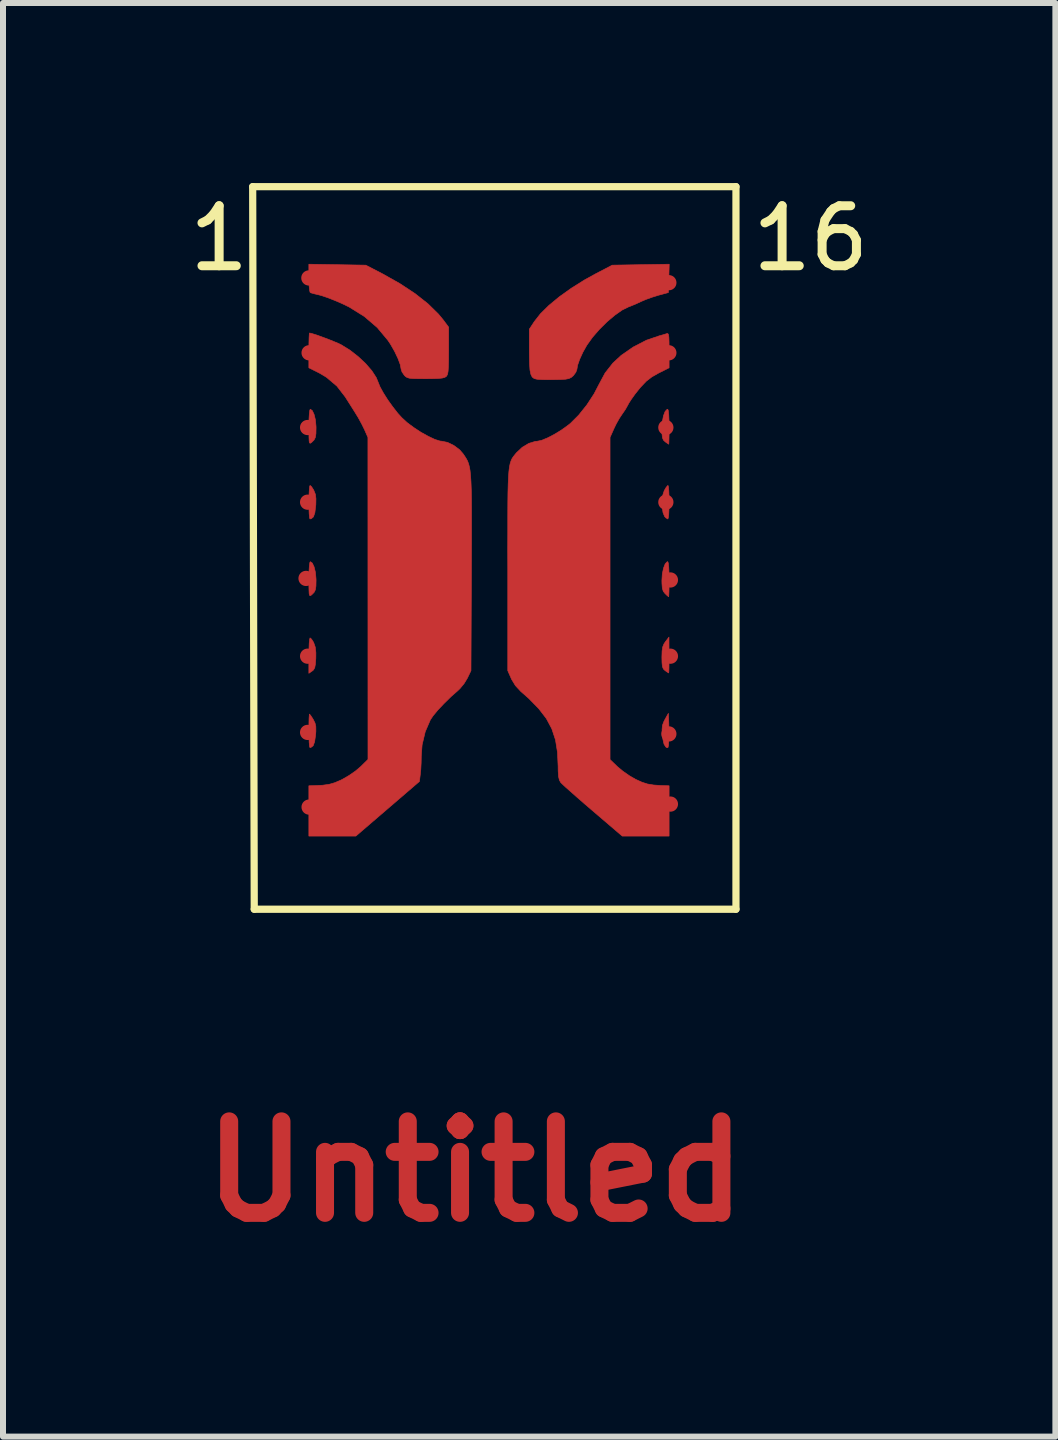
<source format=kicad_pcb>
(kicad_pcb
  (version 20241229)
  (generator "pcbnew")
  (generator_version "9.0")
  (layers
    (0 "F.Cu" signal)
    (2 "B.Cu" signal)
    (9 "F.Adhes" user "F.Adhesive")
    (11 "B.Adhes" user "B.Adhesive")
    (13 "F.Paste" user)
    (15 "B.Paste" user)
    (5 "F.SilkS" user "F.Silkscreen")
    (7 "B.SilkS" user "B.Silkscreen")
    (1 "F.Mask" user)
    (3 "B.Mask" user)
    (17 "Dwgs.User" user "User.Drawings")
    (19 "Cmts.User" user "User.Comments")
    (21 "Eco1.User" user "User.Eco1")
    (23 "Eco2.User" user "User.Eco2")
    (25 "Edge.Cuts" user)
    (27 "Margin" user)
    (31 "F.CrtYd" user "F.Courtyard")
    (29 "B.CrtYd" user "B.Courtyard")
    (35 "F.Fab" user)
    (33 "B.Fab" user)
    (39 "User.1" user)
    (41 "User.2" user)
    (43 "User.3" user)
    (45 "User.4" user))
  (footprint "Untitled"
    (layer "F.Cu")
    (at 2.1 10.88)
    (property "Reference" "Untitled" (at 2.769 5.588 0) (layer "F.Cu") (effects (font (size 1.524 1.524) (thickness 0.3))))
    (attr through_hole)
    (fp_poly (pts (xy 0.04 -3.282) (xy 0.072 -3.232) (xy 0.078 -3.219) (xy 0.103 -3.147) (xy 0.113 -3.054) (xy 0.112 -2.962) (xy 0.105 -2.865) (xy 0.094 -2.805) (xy 0.073 -2.768) (xy 0.05 -2.749) (xy -0.004 -2.712) (xy -0.004 -3.007) (xy -0.002 -3.122) (xy 0.002 -3.217) (xy 0.009 -3.28) (xy 0.016 -3.302) (xy 0.04 -3.282)) (stroke (width 0.01) (type solid)) (fill yes) (layer "F.Cu"))
    (fp_poly (pts (xy 5.993 -1.885) (xy 5.996 -1.77) (xy 5.995 -1.651) (xy 5.993 -1.588) (xy 5.988 -1.511) (xy 5.979 -1.475) (xy 5.963 -1.472) (xy 5.943 -1.485) (xy 5.914 -1.53) (xy 5.894 -1.615) (xy 5.887 -1.68) (xy 5.881 -1.776) (xy 5.887 -1.844) (xy 5.909 -1.904) (xy 5.929 -1.943) (xy 5.986 -2.045) (xy 5.993 -1.885)) (stroke (width 0.01) (type solid)) (fill yes) (layer "F.Cu"))
    (fp_poly (pts (xy 5.997 -3.016) (xy 5.997 -2.9) (xy 5.996 -2.805) (xy 5.994 -2.741) (xy 5.991 -2.718) (xy 5.969 -2.731) (xy 5.931 -2.757) (xy 5.903 -2.784) (xy 5.887 -2.822) (xy 5.88 -2.885) (xy 5.878 -2.98) (xy 5.881 -3.082) (xy 5.891 -3.15) (xy 5.912 -3.201) (xy 5.937 -3.239) (xy 5.996 -3.315) (xy 5.997 -3.016)) (stroke (width 0.01) (type solid)) (fill yes) (layer "F.Cu"))
    (fp_poly (pts (xy 5.987 -5.818) (xy 5.993 -5.754) (xy 5.997 -5.66) (xy 5.998 -5.563) (xy 5.996 -5.45) (xy 5.992 -5.36) (xy 5.984 -5.301) (xy 5.977 -5.283) (xy 5.946 -5.301) (xy 5.924 -5.323) (xy 5.897 -5.388) (xy 5.883 -5.482) (xy 5.882 -5.589) (xy 5.895 -5.689) (xy 5.917 -5.755) (xy 5.949 -5.81) (xy 5.975 -5.84) (xy 5.98 -5.842) (xy 5.987 -5.818)) (stroke (width 0.01) (type solid)) (fill yes) (layer "F.Cu"))
    (fp_poly (pts (xy 0.024 -2.013) (xy 0.056 -1.964) (xy 0.07 -1.941) (xy 0.099 -1.883) (xy 0.112 -1.825) (xy 0.113 -1.749) (xy 0.108 -1.682) (xy 0.092 -1.571) (xy 0.067 -1.504) (xy 0.029 -1.476) (xy 0.014 -1.474) (xy 0.007 -1.497) (xy 0.001 -1.561) (xy -0.003 -1.656) (xy -0.004 -1.753) (xy -0.003 -1.865) (xy -0.001 -1.956) (xy 0.003 -2.015) (xy 0.006 -2.032) (xy 0.024 -2.013)) (stroke (width 0.01) (type solid)) (fill yes) (layer "F.Cu"))
    (fp_poly (pts (xy 0.04 -5.822) (xy 0.072 -5.772) (xy 0.08 -5.757) (xy 0.105 -5.694) (xy 0.114 -5.622) (xy 0.112 -5.521) (xy 0.11 -5.5) (xy 0.096 -5.387) (xy 0.072 -5.318) (xy 0.035 -5.287) (xy 0.014 -5.284) (xy 0.007 -5.307) (xy 0.001 -5.371) (xy -0.003 -5.466) (xy -0.004 -5.563) (xy -0.002 -5.675) (xy 0.003 -5.766) (xy 0.009 -5.825) (xy 0.016 -5.842) (xy 0.04 -5.822)) (stroke (width 0.01) (type solid)) (fill yes) (layer "F.Cu"))
    (fp_poly (pts (xy 5.985 -7.088) (xy 5.992 -7.02) (xy 5.997 -6.917) (xy 5.998 -6.82) (xy 5.998 -6.705) (xy 5.996 -6.612) (xy 5.994 -6.55) (xy 5.992 -6.529) (xy 5.97 -6.543) (xy 5.932 -6.57) (xy 5.903 -6.598) (xy 5.887 -6.637) (xy 5.88 -6.7) (xy 5.878 -6.786) (xy 5.885 -6.903) (xy 5.904 -7.002) (xy 5.932 -7.075) (xy 5.965 -7.11) (xy 5.975 -7.112) (xy 5.985 -7.088)) (stroke (width 0.01) (type solid)) (fill yes) (layer "F.Cu"))
    (fp_poly (pts (xy 5.985 -4.548) (xy 5.992 -4.48) (xy 5.997 -4.377) (xy 5.998 -4.28) (xy 5.998 -4.165) (xy 5.996 -4.071) (xy 5.993 -4.009) (xy 5.991 -3.988) (xy 5.97 -4.003) (xy 5.931 -4.04) (xy 5.901 -4.078) (xy 5.885 -4.129) (xy 5.879 -4.207) (xy 5.878 -4.257) (xy 5.885 -4.368) (xy 5.905 -4.464) (xy 5.933 -4.536) (xy 5.966 -4.57) (xy 5.975 -4.572) (xy 5.985 -4.548)) (stroke (width 0.01) (type solid)) (fill yes) (layer "F.Cu"))
    (fp_poly (pts (xy 0.053 -7.089) (xy 0.083 -7.026) (xy 0.105 -6.936) (xy 0.115 -6.83) (xy 0.116 -6.802) (xy 0.114 -6.705) (xy 0.104 -6.642) (xy 0.083 -6.6) (xy 0.045 -6.562) (xy 0.038 -6.556) (xy 0.02 -6.545) (xy 0.008 -6.55) (xy 0.001 -6.579) (xy -0.002 -6.64) (xy -0.004 -6.741) (xy -0.004 -6.817) (xy -0.002 -6.943) (xy 0.004 -7.039) (xy 0.012 -7.097) (xy 0.02 -7.112) (xy 0.053 -7.089)) (stroke (width 0.01) (type solid)) (fill yes) (layer "F.Cu"))
    (fp_poly (pts (xy 0.053 -4.549) (xy 0.083 -4.486) (xy 0.105 -4.396) (xy 0.115 -4.29) (xy 0.116 -4.262) (xy 0.114 -4.165) (xy 0.104 -4.102) (xy 0.083 -4.06) (xy 0.045 -4.022) (xy 0.038 -4.016) (xy 0.02 -4.005) (xy 0.008 -4.01) (xy 0.001 -4.039) (xy -0.002 -4.1) (xy -0.004 -4.201) (xy -0.004 -4.277) (xy -0.002 -4.403) (xy 0.004 -4.499) (xy 0.012 -4.557) (xy 0.02 -4.572) (xy 0.053 -4.549)) (stroke (width 0.01) (type solid)) (fill yes) (layer "F.Cu"))
    (fp_poly (pts (xy 0.47 -9.52) (xy 0.945 -9.512) (xy 1.221 -9.369) (xy 1.511 -9.206) (xy 1.766 -9.038) (xy 1.981 -8.868) (xy 2.154 -8.698) (xy 2.232 -8.604) (xy 2.325 -8.479) (xy 2.325 -8.089) (xy 2.324 -7.935) (xy 2.321 -7.823) (xy 2.316 -7.746) (xy 2.307 -7.697) (xy 2.293 -7.667) (xy 2.287 -7.66) (xy 2.262 -7.643) (xy 2.218 -7.631) (xy 2.149 -7.624) (xy 2.045 -7.621) (xy 1.943 -7.62) (xy 1.816 -7.621) (xy 1.728 -7.623) (xy 1.669 -7.629) (xy 1.631 -7.641) (xy 1.604 -7.659) (xy 1.585 -7.679) (xy 1.548 -7.733) (xy 1.533 -7.779) (xy 1.519 -7.855) (xy 1.481 -7.957) (xy 1.425 -8.075) (xy 1.357 -8.194) (xy 1.312 -8.261) (xy 1.135 -8.473) (xy 0.919 -8.658) (xy 0.667 -8.815) (xy 0.545 -8.874) (xy 0.428 -8.924) (xy 0.314 -8.969) (xy 0.217 -9.002) (xy 0.159 -9.018) (xy 0.086 -9.035) (xy 0.033 -9.05) (xy 0.018 -9.056) (xy 0.009 -9.087) (xy 0.001 -9.155) (xy -0.003 -9.25) (xy -0.004 -9.299) (xy -0.004 -9.528) (xy 0.47 -9.52)) (stroke (width 0.01) (type solid)) (fill yes) (layer "F.Cu"))
    (fp_poly (pts (xy 5.993 -9.292) (xy 5.986 -9.056) (xy 5.818 -9.01) (xy 5.712 -8.977) (xy 5.604 -8.938) (xy 5.53 -8.906) (xy 5.442 -8.865) (xy 5.355 -8.829) (xy 5.32 -8.816) (xy 5.215 -8.764) (xy 5.093 -8.678) (xy 4.964 -8.569) (xy 4.837 -8.443) (xy 4.723 -8.312) (xy 4.63 -8.182) (xy 4.626 -8.176) (xy 4.561 -8.06) (xy 4.508 -7.944) (xy 4.473 -7.844) (xy 4.462 -7.776) (xy 4.445 -7.729) (xy 4.405 -7.674) (xy 4.401 -7.67) (xy 4.367 -7.641) (xy 4.329 -7.623) (xy 4.275 -7.612) (xy 4.192 -7.607) (xy 4.106 -7.605) (xy 3.996 -7.604) (xy 3.894 -7.605) (xy 3.818 -7.609) (xy 3.794 -7.612) (xy 3.75 -7.623) (xy 3.717 -7.648) (xy 3.695 -7.693) (xy 3.68 -7.764) (xy 3.673 -7.869) (xy 3.67 -8.015) (xy 3.669 -8.098) (xy 3.669 -8.445) (xy 3.753 -8.573) (xy 3.855 -8.703) (xy 3.996 -8.842) (xy 4.169 -8.985) (xy 4.369 -9.128) (xy 4.589 -9.266) (xy 4.774 -9.368) (xy 5.05 -9.512) (xy 5.525 -9.52) (xy 6 -9.528) (xy 5.993 -9.292)) (stroke (width 0.01) (type solid)) (fill yes) (layer "F.Cu"))
    (fp_poly (pts (xy 0.046 -8.373) (xy 0.118 -8.351) (xy 0.21 -8.318) (xy 0.31 -8.281) (xy 0.407 -8.242) (xy 0.489 -8.208) (xy 0.536 -8.185) (xy 0.68 -8.096) (xy 0.817 -7.989) (xy 0.942 -7.872) (xy 1.045 -7.753) (xy 1.119 -7.639) (xy 1.152 -7.558) (xy 1.182 -7.484) (xy 1.237 -7.384) (xy 1.309 -7.27) (xy 1.392 -7.154) (xy 1.477 -7.045) (xy 1.544 -6.971) (xy 1.632 -6.89) (xy 1.742 -6.808) (xy 1.862 -6.729) (xy 1.983 -6.662) (xy 2.092 -6.61) (xy 2.18 -6.582) (xy 2.211 -6.579) (xy 2.307 -6.559) (xy 2.412 -6.508) (xy 2.508 -6.436) (xy 2.566 -6.369) (xy 2.594 -6.328) (xy 2.618 -6.29) (xy 2.639 -6.251) (xy 2.656 -6.207) (xy 2.67 -6.155) (xy 2.682 -6.089) (xy 2.69 -6.007) (xy 2.697 -5.904) (xy 2.702 -5.777) (xy 2.705 -5.621) (xy 2.706 -5.433) (xy 2.706 -5.209) (xy 2.706 -4.944) (xy 2.705 -4.635) (xy 2.704 -4.392) (xy 2.697 -2.756) (xy 2.637 -2.631) (xy 2.583 -2.542) (xy 2.514 -2.458) (xy 2.483 -2.428) (xy 2.363 -2.322) (xy 2.248 -2.209) (xy 2.145 -2.1) (xy 2.065 -2.003) (xy 2.02 -1.936) (xy 1.935 -1.739) (xy 1.883 -1.521) (xy 1.869 -1.335) (xy 1.867 -1.221) (xy 1.861 -1.109) (xy 1.853 -1.03) (xy 1.838 -0.91) (xy 0.779 0) (xy -0.004 0) (xy -0.004 -0.838) (xy 0.086 -0.841) (xy 0.224 -0.847) (xy 0.332 -0.862) (xy 0.427 -0.889) (xy 0.528 -0.932) (xy 0.561 -0.949) (xy 0.666 -1.01) (xy 0.773 -1.084) (xy 0.858 -1.156) (xy 0.86 -1.158) (xy 0.981 -1.277) (xy 0.98 -6.642) (xy 0.922 -6.774) (xy 0.877 -6.865) (xy 0.818 -6.973) (xy 0.761 -7.066) (xy 0.703 -7.158) (xy 0.647 -7.246) (xy 0.606 -7.311) (xy 0.606 -7.312) (xy 0.463 -7.497) (xy 0.289 -7.644) (xy 0.172 -7.714) (xy -0.004 -7.802) (xy -0.004 -8.092) (xy -0.003 -8.206) (xy -0.000474 -8.3) (xy 0.003 -8.362) (xy 0.007 -8.382) (xy 0.046 -8.373)) (stroke (width 0.01) (type solid)) (fill yes) (layer "F.Cu"))
    (fp_poly (pts (xy 5.987 -8.356) (xy 5.994 -8.313) (xy 5.997 -8.235) (xy 5.998 -8.116) (xy 5.998 -8.095) (xy 5.998 -7.802) (xy 5.821 -7.713) (xy 5.71 -7.65) (xy 5.618 -7.579) (xy 5.527 -7.483) (xy 5.503 -7.455) (xy 5.432 -7.366) (xy 5.369 -7.278) (xy 5.324 -7.208) (xy 5.317 -7.193) (xy 5.27 -7.109) (xy 5.216 -7.03) (xy 5.211 -7.023) (xy 5.168 -6.958) (xy 5.118 -6.869) (xy 5.082 -6.795) (xy 5.014 -6.642) (xy 5.014 -1.275) (xy 5.14 -1.154) (xy 5.228 -1.081) (xy 5.337 -1.005) (xy 5.439 -0.946) (xy 5.542 -0.899) (xy 5.636 -0.868) (xy 5.738 -0.851) (xy 5.865 -0.842) (xy 5.908 -0.841) (xy 5.998 -0.838) (xy 5.998 0) (xy 5.217 0) (xy 4.725 -0.421) (xy 4.591 -0.536) (xy 4.468 -0.643) (xy 4.361 -0.738) (xy 4.275 -0.814) (xy 4.217 -0.868) (xy 4.192 -0.893) (xy 4.17 -0.933) (xy 4.156 -0.992) (xy 4.15 -1.083) (xy 4.149 -1.165) (xy 4.138 -1.398) (xy 4.105 -1.603) (xy 4.044 -1.787) (xy 3.953 -1.958) (xy 3.826 -2.123) (xy 3.661 -2.292) (xy 3.526 -2.411) (xy 3.438 -2.506) (xy 3.369 -2.62) (xy 3.367 -2.627) (xy 3.31 -2.756) (xy 3.31 -4.436) (xy 3.309 -4.778) (xy 3.31 -5.074) (xy 3.31 -5.326) (xy 3.311 -5.539) (xy 3.313 -5.717) (xy 3.317 -5.863) (xy 3.322 -5.982) (xy 3.329 -6.076) (xy 3.338 -6.15) (xy 3.35 -6.208) (xy 3.365 -6.254) (xy 3.382 -6.291) (xy 3.403 -6.323) (xy 3.428 -6.354) (xy 3.456 -6.388) (xy 3.459 -6.391) (xy 3.552 -6.478) (xy 3.661 -6.543) (xy 3.769 -6.576) (xy 3.799 -6.578) (xy 3.871 -6.593) (xy 3.97 -6.633) (xy 4.084 -6.692) (xy 4.201 -6.763) (xy 4.311 -6.842) (xy 4.354 -6.876) (xy 4.492 -7.014) (xy 4.628 -7.184) (xy 4.748 -7.368) (xy 4.826 -7.518) (xy 4.932 -7.716) (xy 5.061 -7.88) (xy 5.201 -8.01) (xy 5.402 -8.149) (xy 5.621 -8.262) (xy 5.841 -8.337) (xy 5.858 -8.341) (xy 5.921 -8.359) (xy 5.96 -8.372) (xy 5.976 -8.373) (xy 5.987 -8.356)) (stroke (width 0.01) (type solid)) (fill yes) (layer "F.Cu"))
    (fp_poly (pts (xy -0.686 -10.592) (xy -0.686 1.016) (xy 6.883 1.003) (xy 6.883 -10.604)) (stroke (width 0.1) (type solid)) (fill yes) (layer "F.Mask"))
    (fp_line (start -0.94 -10.82) (end 7.112 -10.82) (stroke (width 0.12) (type solid)) (layer "F.SilkS"))
    (fp_line (start -0.914 1.219) (end -0.94 -10.82) (stroke (width 0.12) (type solid)) (layer "F.SilkS"))
    (fp_line (start 7.112 -10.82) (end 7.112 1.219) (stroke (width 0.12) (type solid)) (layer "F.SilkS"))
    (fp_line (start 7.112 1.219) (end -0.914 1.219) (stroke (width 0.12) (type solid)) (layer "F.SilkS"))
    (fp_text user "16" (at 8.357 -9.957 0) (layer "F.SilkS") (effects (font (size 1 1) (thickness 0.15))))
    (fp_text user "1" (at -1.499 -9.957 0) (layer "F.SilkS") (effects (font (size 1 1) (thickness 0.15))))
    (pad "1" smd circle (at -0.004 -9.299) (size 0.254 0.254) (layers "F.Cu" "F.Mask" "F.Paste"))
    (pad "2" smd circle (at 0 -8.052) (size 0.254 0.254) (layers "F.Cu" "F.Mask" "F.Paste"))
    (pad "3" smd circle (at -0.025 -6.807) (size 0.254 0.254) (layers "F.Cu" "F.Mask" "F.Paste"))
    (pad "4" smd circle (at -0.025 -5.563) (size 0.254 0.254) (layers "F.Cu" "F.Mask" "F.Paste"))
    (pad "5" smd circle (at -0.051 -4.293) (size 0.254 0.254) (layers "F.Cu" "F.Mask" "F.Paste"))
    (pad "6" smd circle (at -0.025 -2.997) (size 0.254 0.254) (layers "F.Cu" "F.Mask" "F.Paste"))
    (pad "7" smd circle (at -0.025 -1.727) (size 0.254 0.254) (layers "F.Cu" "F.Mask" "F.Paste"))
    (pad "8" smd circle (at 0 -0.483) (size 0.254 0.254) (layers "F.Cu" "F.Mask" "F.Paste"))
    (pad "9" smd circle (at 6.02 -0.533) (size 0.254 0.254) (layers "F.Cu" "F.Mask" "F.Paste"))
    (pad "10" smd circle (at 5.994 -1.702) (size 0.254 0.254) (layers "F.Cu" "F.Mask" "F.Paste"))
    (pad "11" smd circle (at 6.02 -2.997) (size 0.254 0.254) (layers "F.Cu" "F.Mask" "F.Paste"))
    (pad "12" smd circle (at 6.02 -4.267) (size 0.254 0.254) (layers "F.Cu" "F.Mask" "F.Paste"))
    (pad "13" smd circle (at 5.944 -5.563) (size 0.254 0.254) (layers "F.Cu" "F.Mask" "F.Paste"))
    (pad "14" smd circle (at 5.944 -6.807) (size 0.254 0.254) (layers "F.Cu" "F.Mask" "F.Paste"))
    (pad "15" smd circle (at 5.994 -8.052) (size 0.254 0.254) (layers "F.Cu" "F.Mask" "F.Paste"))
    (pad "16" smd circle (at 5.994 -9.22) (size 0.254 0.254) (layers "F.Cu" "F.Mask" "F.Paste")))
  (gr_rect
    (start -3 -3)
    (end 14.534 20.886)
    (stroke (width 0.1) (type default))
    (fill no)
    (layer "Edge.Cuts")))
</source>
